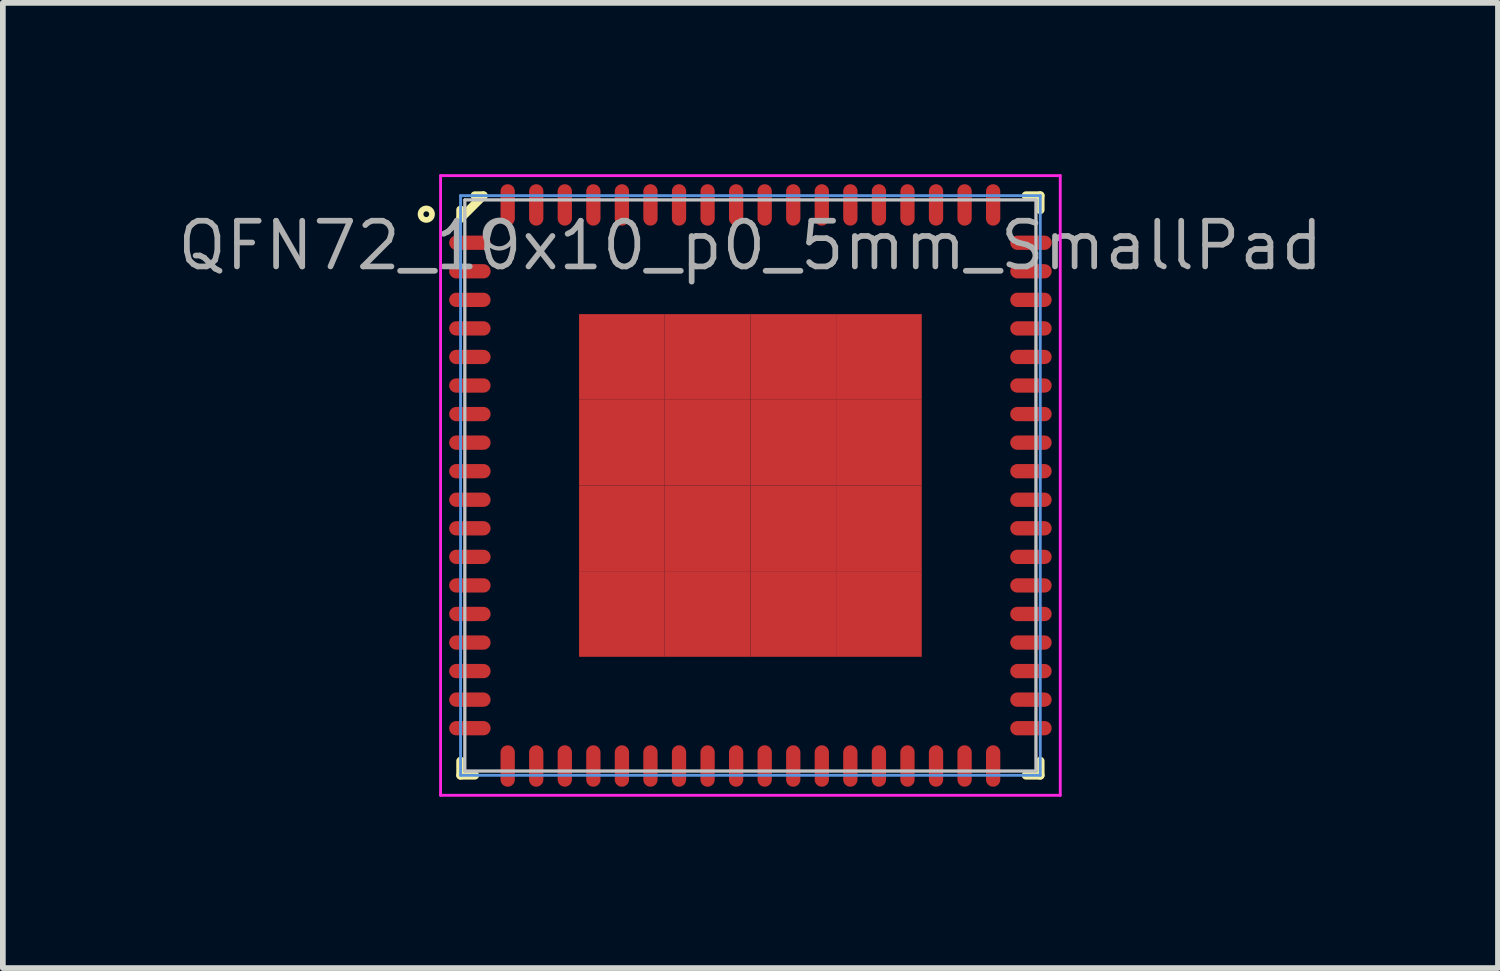
<source format=kicad_pcb>
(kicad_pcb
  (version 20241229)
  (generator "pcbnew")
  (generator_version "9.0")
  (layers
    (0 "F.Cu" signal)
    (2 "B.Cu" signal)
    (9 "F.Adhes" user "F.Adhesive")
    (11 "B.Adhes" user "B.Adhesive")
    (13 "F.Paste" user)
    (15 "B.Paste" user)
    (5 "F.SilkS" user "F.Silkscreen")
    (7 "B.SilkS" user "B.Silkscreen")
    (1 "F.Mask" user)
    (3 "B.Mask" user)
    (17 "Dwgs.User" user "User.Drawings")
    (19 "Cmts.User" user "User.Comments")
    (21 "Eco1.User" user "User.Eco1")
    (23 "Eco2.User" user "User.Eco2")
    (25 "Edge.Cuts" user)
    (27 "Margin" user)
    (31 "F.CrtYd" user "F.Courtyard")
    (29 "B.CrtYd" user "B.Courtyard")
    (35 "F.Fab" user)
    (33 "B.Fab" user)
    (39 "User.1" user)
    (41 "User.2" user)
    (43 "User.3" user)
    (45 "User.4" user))
  (footprint "QFN72_10x10_p0_5mm_SmallPad"
    (layer "F.Cu")
    (at 10.089 5.45)
    (property "Reference" "QFN72_10x10_p0_5mm_SmallPad" (at 0 -4.2 0) (layer "F.Fab") (effects (font (size 0.8 0.8) (thickness 0.1))))
    (attr through_hole)
    (fp_line (start -5.075 -4.675) (end -5.075 -4.825) (stroke (width 0.15) (type solid)) (layer "F.SilkS"))
    (fp_line (start -5.075 -4.675) (end -4.675 -5.075) (stroke (width 0.15) (type solid)) (layer "F.SilkS"))
    (fp_line (start -5.075 5.075) (end -5.075 4.825) (stroke (width 0.15) (type solid)) (layer "F.SilkS"))
    (fp_line (start -5.075 5.075) (end -4.825 5.075) (stroke (width 0.15) (type solid)) (layer "F.SilkS"))
    (fp_line (start -4.825 -5.075) (end -4.675 -5.075) (stroke (width 0.15) (type solid)) (layer "F.SilkS"))
    (fp_line (start 5.075 -5.075) (end 4.825 -5.075) (stroke (width 0.15) (type solid)) (layer "F.SilkS"))
    (fp_line (start 5.075 -5.075) (end 5.075 -4.825) (stroke (width 0.15) (type solid)) (layer "F.SilkS"))
    (fp_line (start 5.075 5.075) (end 4.825 5.075) (stroke (width 0.15) (type solid)) (layer "F.SilkS"))
    (fp_line (start 5.075 5.075) (end 5.075 4.825) (stroke (width 0.15) (type solid)) (layer "F.SilkS"))
    (fp_circle (center -5.675 -4.75) (end -5.604 -4.679) (stroke (width 0.1) (type solid)) (fill no) (layer "F.SilkS"))
    (fp_line (start -5 -5) (end -5 5) (stroke (width 0.05) (type solid)) (layer "Dwgs.User"))
    (fp_line (start -5 -5) (end 5 -5) (stroke (width 0.05) (type solid)) (layer "Dwgs.User"))
    (fp_line (start -5 5) (end 5 5) (stroke (width 0.05) (type solid)) (layer "Dwgs.User"))
    (fp_line (start 5 -5) (end 5 5) (stroke (width 0.05) (type solid)) (layer "Dwgs.User"))
    (fp_line (start -5.075 -5.075) (end -5.075 5.075) (stroke (width 0.05) (type solid)) (layer "Cmts.User"))
    (fp_line (start -5.075 -5.075) (end 5.075 -5.075) (stroke (width 0.05) (type solid)) (layer "Cmts.User"))
    (fp_line (start -5.075 5.075) (end 5.075 5.075) (stroke (width 0.05) (type solid)) (layer "Cmts.User"))
    (fp_line (start 5.075 -5.075) (end 5.075 5.075) (stroke (width 0.05) (type solid)) (layer "Cmts.User"))
    (fp_line (start -4.925 -4.925) (end -4.925 4.925) (stroke (width 0.05) (type solid)) (layer "Eco1.User"))
    (fp_line (start -4.925 -4.925) (end 4.925 -4.925) (stroke (width 0.05) (type solid)) (layer "Eco1.User"))
    (fp_line (start -4.925 4.925) (end 4.925 4.925) (stroke (width 0.05) (type solid)) (layer "Eco1.User"))
    (fp_line (start 4.925 -4.925) (end 4.925 4.925) (stroke (width 0.05) (type solid)) (layer "Eco1.User"))
    (fp_line (start -5.425 -5.425) (end -5.425 5.425) (stroke (width 0.05) (type solid)) (layer "F.CrtYd"))
    (fp_line (start -5.425 -5.425) (end 5.425 -5.425) (stroke (width 0.05) (type solid)) (layer "F.CrtYd"))
    (fp_line (start -5.425 5.425) (end 5.425 5.425) (stroke (width 0.05) (type solid)) (layer "F.CrtYd"))
    (fp_line (start 5.425 -5.425) (end 5.425 5.425) (stroke (width 0.05) (type solid)) (layer "F.CrtYd"))
    (fp_line (start -5 -5) (end -5 5) (stroke (width 0.05) (type solid)) (layer "F.Fab"))
    (fp_line (start -5 -5) (end 5 -5) (stroke (width 0.05) (type solid)) (layer "F.Fab"))
    (fp_line (start -5 5) (end 5 5) (stroke (width 0.05) (type solid)) (layer "F.Fab"))
    (fp_line (start 5 -5) (end 5 5) (stroke (width 0.05) (type solid)) (layer "F.Fab"))
    (fp_circle (center -4.4 -4.4) (end -4.223 -4.223) (stroke (width 0.075) (type solid)) (fill no) (layer "F.Fab"))
    (pad "1" smd oval (at -4.912 -4.25 180) (size 0.725 0.25) (layers "F.Cu" "F.Mask" "F.Paste"))
    (pad "2" smd oval (at -4.912 -3.75 180) (size 0.725 0.25) (layers "F.Cu" "F.Mask" "F.Paste"))
    (pad "3" smd oval (at -4.912 -3.25 180) (size 0.725 0.25) (layers "F.Cu" "F.Mask" "F.Paste"))
    (pad "4" smd oval (at -4.912 -2.75 180) (size 0.725 0.25) (layers "F.Cu" "F.Mask" "F.Paste"))
    (pad "5" smd oval (at -4.912 -2.25 180) (size 0.725 0.25) (layers "F.Cu" "F.Mask" "F.Paste"))
    (pad "6" smd oval (at -4.912 -1.75 180) (size 0.725 0.25) (layers "F.Cu" "F.Mask" "F.Paste"))
    (pad "7" smd oval (at -4.912 -1.25 180) (size 0.725 0.25) (layers "F.Cu" "F.Mask" "F.Paste"))
    (pad "8" smd oval (at -4.912 -0.75 180) (size 0.725 0.25) (layers "F.Cu" "F.Mask" "F.Paste"))
    (pad "9" smd oval (at -4.912 -0.25 180) (size 0.725 0.25) (layers "F.Cu" "F.Mask" "F.Paste"))
    (pad "10" smd oval (at -4.912 0.25 180) (size 0.725 0.25) (layers "F.Cu" "F.Mask" "F.Paste"))
    (pad "11" smd oval (at -4.912 0.75 180) (size 0.725 0.25) (layers "F.Cu" "F.Mask" "F.Paste"))
    (pad "12" smd oval (at -4.912 1.25 180) (size 0.725 0.25) (layers "F.Cu" "F.Mask" "F.Paste"))
    (pad "13" smd oval (at -4.912 1.75 180) (size 0.725 0.25) (layers "F.Cu" "F.Mask" "F.Paste"))
    (pad "14" smd oval (at -4.912 2.25 180) (size 0.725 0.25) (layers "F.Cu" "F.Mask" "F.Paste"))
    (pad "15" smd oval (at -4.912 2.75 180) (size 0.725 0.25) (layers "F.Cu" "F.Mask" "F.Paste"))
    (pad "16" smd oval (at -4.912 3.25 180) (size 0.725 0.25) (layers "F.Cu" "F.Mask" "F.Paste"))
    (pad "17" smd oval (at -4.912 3.75 180) (size 0.725 0.25) (layers "F.Cu" "F.Mask" "F.Paste"))
    (pad "18" smd oval (at -4.912 4.25 180) (size 0.725 0.25) (layers "F.Cu" "F.Mask" "F.Paste"))
    (pad "19" smd oval (at -4.25 4.912 270) (size 0.725 0.25) (layers "F.Cu" "F.Mask" "F.Paste"))
    (pad "20" smd oval (at -3.75 4.912 270) (size 0.725 0.25) (layers "F.Cu" "F.Mask" "F.Paste"))
    (pad "21" smd oval (at -3.25 4.912 270) (size 0.725 0.25) (layers "F.Cu" "F.Mask" "F.Paste"))
    (pad "22" smd oval (at -2.75 4.912 270) (size 0.725 0.25) (layers "F.Cu" "F.Mask" "F.Paste"))
    (pad "23" smd oval (at -2.25 4.912 270) (size 0.725 0.25) (layers "F.Cu" "F.Mask" "F.Paste"))
    (pad "24" smd oval (at -1.75 4.912 270) (size 0.725 0.25) (layers "F.Cu" "F.Mask" "F.Paste"))
    (pad "25" smd oval (at -1.25 4.912 270) (size 0.725 0.25) (layers "F.Cu" "F.Mask" "F.Paste"))
    (pad "26" smd oval (at -0.75 4.912 270) (size 0.725 0.25) (layers "F.Cu" "F.Mask" "F.Paste"))
    (pad "27" smd oval (at -0.25 4.912 270) (size 0.725 0.25) (layers "F.Cu" "F.Mask" "F.Paste"))
    (pad "28" smd oval (at 0.25 4.912 270) (size 0.725 0.25) (layers "F.Cu" "F.Mask" "F.Paste"))
    (pad "29" smd oval (at 0.75 4.912 270) (size 0.725 0.25) (layers "F.Cu" "F.Mask" "F.Paste"))
    (pad "30" smd oval (at 1.25 4.912 270) (size 0.725 0.25) (layers "F.Cu" "F.Mask" "F.Paste"))
    (pad "31" smd oval (at 1.75 4.912 270) (size 0.725 0.25) (layers "F.Cu" "F.Mask" "F.Paste"))
    (pad "32" smd oval (at 2.25 4.912 270) (size 0.725 0.25) (layers "F.Cu" "F.Mask" "F.Paste"))
    (pad "33" smd oval (at 2.75 4.912 270) (size 0.725 0.25) (layers "F.Cu" "F.Mask" "F.Paste"))
    (pad "34" smd oval (at 3.25 4.912 270) (size 0.725 0.25) (layers "F.Cu" "F.Mask" "F.Paste"))
    (pad "35" smd oval (at 3.75 4.912 270) (size 0.725 0.25) (layers "F.Cu" "F.Mask" "F.Paste"))
    (pad "36" smd oval (at 4.25 4.912 270) (size 0.725 0.25) (layers "F.Cu" "F.Mask" "F.Paste"))
    (pad "37" smd oval (at 4.912 4.25) (size 0.725 0.25) (layers "F.Cu" "F.Mask" "F.Paste"))
    (pad "38" smd oval (at 4.912 3.75) (size 0.725 0.25) (layers "F.Cu" "F.Mask" "F.Paste"))
    (pad "39" smd oval (at 4.912 3.25) (size 0.725 0.25) (layers "F.Cu" "F.Mask" "F.Paste"))
    (pad "40" smd oval (at 4.912 2.75) (size 0.725 0.25) (layers "F.Cu" "F.Mask" "F.Paste"))
    (pad "41" smd oval (at 4.912 2.25) (size 0.725 0.25) (layers "F.Cu" "F.Mask" "F.Paste"))
    (pad "42" smd oval (at 4.912 1.75) (size 0.725 0.25) (layers "F.Cu" "F.Mask" "F.Paste"))
    (pad "43" smd oval (at 4.912 1.25) (size 0.725 0.25) (layers "F.Cu" "F.Mask" "F.Paste"))
    (pad "44" smd oval (at 4.912 0.75) (size 0.725 0.25) (layers "F.Cu" "F.Mask" "F.Paste"))
    (pad "45" smd oval (at 4.912 0.25) (size 0.725 0.25) (layers "F.Cu" "F.Mask" "F.Paste"))
    (pad "46" smd oval (at 4.912 -0.25) (size 0.725 0.25) (layers "F.Cu" "F.Mask" "F.Paste"))
    (pad "47" smd oval (at 4.912 -0.75) (size 0.725 0.25) (layers "F.Cu" "F.Mask" "F.Paste"))
    (pad "48" smd oval (at 4.912 -1.25) (size 0.725 0.25) (layers "F.Cu" "F.Mask" "F.Paste"))
    (pad "49" smd oval (at 4.912 -1.75) (size 0.725 0.25) (layers "F.Cu" "F.Mask" "F.Paste"))
    (pad "50" smd oval (at 4.912 -2.25) (size 0.725 0.25) (layers "F.Cu" "F.Mask" "F.Paste"))
    (pad "51" smd oval (at 4.912 -2.75) (size 0.725 0.25) (layers "F.Cu" "F.Mask" "F.Paste"))
    (pad "52" smd oval (at 4.912 -3.25) (size 0.725 0.25) (layers "F.Cu" "F.Mask" "F.Paste"))
    (pad "53" smd oval (at 4.912 -3.75) (size 0.725 0.25) (layers "F.Cu" "F.Mask" "F.Paste"))
    (pad "54" smd oval (at 4.912 -4.25) (size 0.725 0.25) (layers "F.Cu" "F.Mask" "F.Paste"))
    (pad "55" smd oval (at 4.25 -4.912 90) (size 0.725 0.25) (layers "F.Cu" "F.Mask" "F.Paste"))
    (pad "56" smd oval (at 3.75 -4.912 90) (size 0.725 0.25) (layers "F.Cu" "F.Mask" "F.Paste"))
    (pad "57" smd oval (at 3.25 -4.912 90) (size 0.725 0.25) (layers "F.Cu" "F.Mask" "F.Paste"))
    (pad "58" smd oval (at 2.75 -4.912 90) (size 0.725 0.25) (layers "F.Cu" "F.Mask" "F.Paste"))
    (pad "59" smd oval (at 2.25 -4.912 90) (size 0.725 0.25) (layers "F.Cu" "F.Mask" "F.Paste"))
    (pad "60" smd oval (at 1.75 -4.912 90) (size 0.725 0.25) (layers "F.Cu" "F.Mask" "F.Paste"))
    (pad "61" smd oval (at 1.25 -4.912 90) (size 0.725 0.25) (layers "F.Cu" "F.Mask" "F.Paste"))
    (pad "62" smd oval (at 0.75 -4.912 90) (size 0.725 0.25) (layers "F.Cu" "F.Mask" "F.Paste"))
    (pad "63" smd oval (at 0.25 -4.912 90) (size 0.725 0.25) (layers "F.Cu" "F.Mask" "F.Paste"))
    (pad "64" smd oval (at -0.25 -4.912 90) (size 0.725 0.25) (layers "F.Cu" "F.Mask" "F.Paste"))
    (pad "65" smd oval (at -0.75 -4.912 90) (size 0.725 0.25) (layers "F.Cu" "F.Mask" "F.Paste"))
    (pad "66" smd oval (at -1.25 -4.912 90) (size 0.725 0.25) (layers "F.Cu" "F.Mask" "F.Paste"))
    (pad "67" smd oval (at -1.75 -4.912 90) (size 0.725 0.25) (layers "F.Cu" "F.Mask" "F.Paste"))
    (pad "68" smd oval (at -2.25 -4.912 90) (size 0.725 0.25) (layers "F.Cu" "F.Mask" "F.Paste"))
    (pad "69" smd oval (at -2.75 -4.912 90) (size 0.725 0.25) (layers "F.Cu" "F.Mask" "F.Paste"))
    (pad "70" smd oval (at -3.25 -4.912 90) (size 0.725 0.25) (layers "F.Cu" "F.Mask" "F.Paste"))
    (pad "71" smd oval (at -3.75 -4.912 90) (size 0.725 0.25) (layers "F.Cu" "F.Mask" "F.Paste"))
    (pad "72" smd oval (at -4.25 -4.912 90) (size 0.725 0.25) (layers "F.Cu" "F.Mask" "F.Paste"))
    (pad "73" smd rect (at -2.25 -2.25) (size 1.5 1.5) (layers "F.Cu" "F.Mask" "F.Paste"))
    (pad "73" smd rect (at -2.25 -0.75) (size 1.5 1.5) (layers "F.Cu" "F.Mask" "F.Paste"))
    (pad "73" smd rect (at -2.25 0.75) (size 1.5 1.5) (layers "F.Cu" "F.Mask" "F.Paste"))
    (pad "73" smd rect (at -2.25 2.25) (size 1.5 1.5) (layers "F.Cu" "F.Mask" "F.Paste"))
    (pad "73" smd rect (at -0.75 -2.25) (size 1.5 1.5) (layers "F.Cu" "F.Mask" "F.Paste"))
    (pad "73" smd rect (at -0.75 -0.75) (size 1.5 1.5) (layers "F.Cu" "F.Mask" "F.Paste"))
    (pad "73" smd rect (at -0.75 0.75) (size 1.5 1.5) (layers "F.Cu" "F.Mask" "F.Paste"))
    (pad "73" smd rect (at -0.75 2.25) (size 1.5 1.5) (layers "F.Cu" "F.Mask" "F.Paste"))
    (pad "73" smd rect (at 0.75 -2.25) (size 1.5 1.5) (layers "F.Cu" "F.Mask" "F.Paste"))
    (pad "73" smd rect (at 0.75 -0.75) (size 1.5 1.5) (layers "F.Cu" "F.Mask" "F.Paste"))
    (pad "73" smd rect (at 0.75 0.75) (size 1.5 1.5) (layers "F.Cu" "F.Mask" "F.Paste"))
    (pad "73" smd rect (at 0.75 2.25) (size 1.5 1.5) (layers "F.Cu" "F.Mask" "F.Paste"))
    (pad "73" smd rect (at 2.25 -2.25) (size 1.5 1.5) (layers "F.Cu" "F.Mask" "F.Paste"))
    (pad "73" smd rect (at 2.25 -0.75) (size 1.5 1.5) (layers "F.Cu" "F.Mask" "F.Paste"))
    (pad "73" smd rect (at 2.25 0.75) (size 1.5 1.5) (layers "F.Cu" "F.Mask" "F.Paste"))
    (pad "73" smd rect (at 2.25 2.25) (size 1.5 1.5) (layers "F.Cu" "F.Mask" "F.Paste")))
  (gr_rect
    (start -3 -3)
    (end 23.178 13.9)
    (stroke (width 0.1) (type default))
    (fill no)
    (layer "Edge.Cuts")))
</source>
